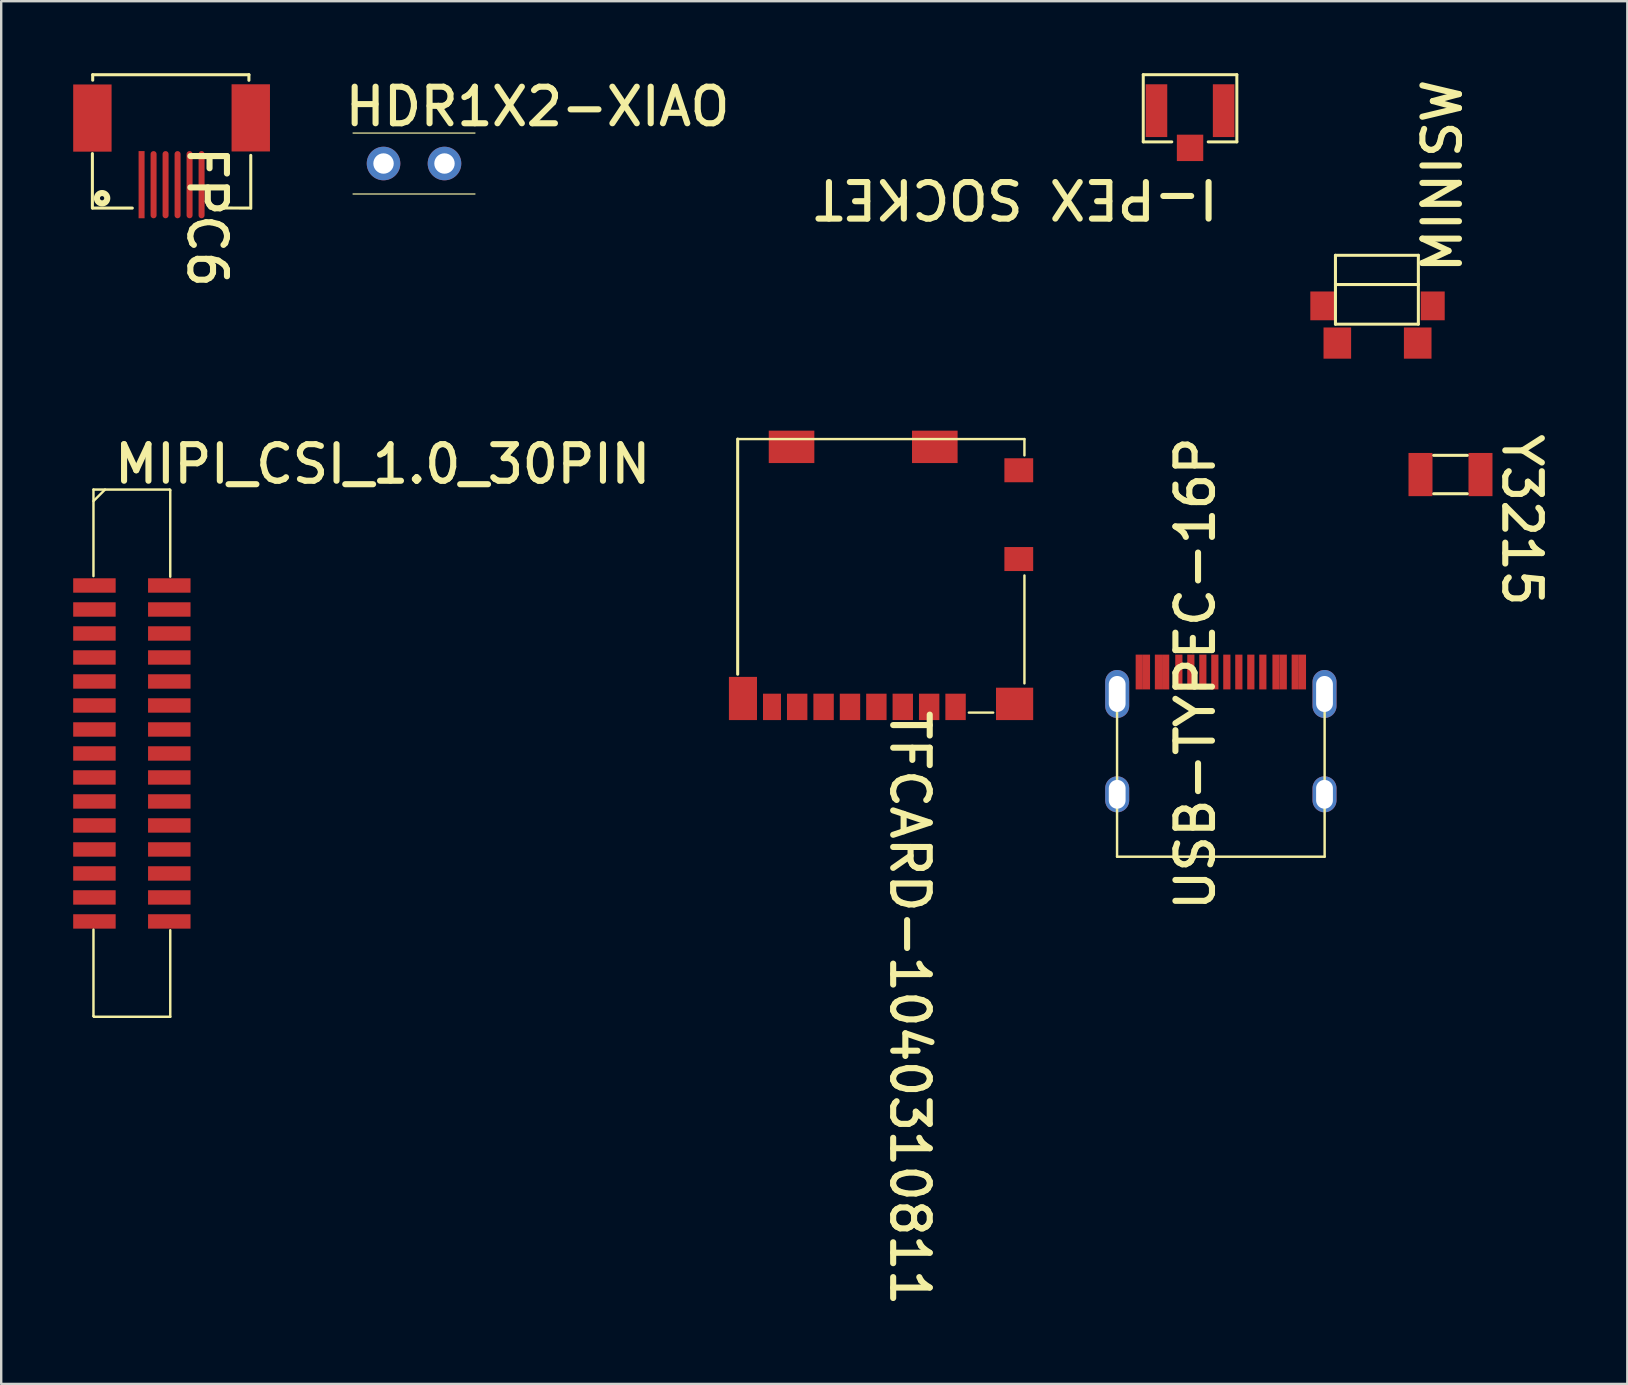
<source format=kicad_pcb>
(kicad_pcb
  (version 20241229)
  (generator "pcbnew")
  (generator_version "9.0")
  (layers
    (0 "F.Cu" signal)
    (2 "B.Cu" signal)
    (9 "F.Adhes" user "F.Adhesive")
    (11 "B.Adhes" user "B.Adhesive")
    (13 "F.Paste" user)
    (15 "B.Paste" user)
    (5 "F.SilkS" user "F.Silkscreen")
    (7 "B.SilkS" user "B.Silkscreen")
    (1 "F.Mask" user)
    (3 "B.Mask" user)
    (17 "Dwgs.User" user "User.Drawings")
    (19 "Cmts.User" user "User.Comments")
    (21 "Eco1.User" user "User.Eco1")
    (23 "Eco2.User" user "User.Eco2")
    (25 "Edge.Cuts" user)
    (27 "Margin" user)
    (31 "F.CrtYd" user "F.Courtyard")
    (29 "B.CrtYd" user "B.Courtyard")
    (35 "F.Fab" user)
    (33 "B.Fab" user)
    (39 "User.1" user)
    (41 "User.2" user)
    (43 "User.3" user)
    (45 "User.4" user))
  (footprint "Y3215"
    (layer "F.Cu")
    (at 57.396 16.726)
    (property "Reference" "Y3215" (at 2.083 -1.829 270) (unlocked yes) (layer "F.SilkS") (effects (font (size 1.524 1.524) (thickness 0.254)) (justify left bottom)))
    (fp_line (start -0.7 -0.8) (end 0.7 -0.8) (stroke (width 0.127) (type solid)) (layer "F.SilkS"))
    (fp_line (start -0.7 0.8) (end 0.7 0.8) (stroke (width 0.127) (type solid)) (layer "F.SilkS"))
    (pad "1" smd rect (at -1.25 0 180) (size 1 1.8) (layers "F.Cu" "F.Mask" "F.Paste"))
    (pad "2" smd rect (at 1.25 0) (size 1 1.8) (layers "F.Cu" "F.Mask" "F.Paste")))
  (footprint "HDR1X2-XIAO"
    (layer "F.Cu")
    (at 12.933 3.764)
    (property "Reference" "HDR1X2-XIAO" (at -1.733 -1.478 0) (unlocked yes) (layer "F.SilkS") (effects (font (size 1.524 1.524) (thickness 0.254)) (justify left bottom)))
    (fp_line (start -1.27 -1.27) (end 3.81 -1.27) (stroke (width 0.05) (type solid)) (layer "F.SilkS"))
    (fp_line (start -1.27 1.27) (end 3.81 1.27) (stroke (width 0.05) (type solid)) (layer "F.SilkS"))
    (pad "1" thru_hole circle (at 0 0) (size 1.4 1.4) (drill 0.85) (layers "*.Cu" "*.Mask"))
    (pad "2" thru_hole circle (at 2.54 0) (size 1.4 1.4) (drill 0.85) (layers "*.Cu" "*.Mask")))
  (footprint "I-PEX SOCKET"
    (layer "F.Cu")
    (at 46.543 1.562)
    (property "Reference" "I-PEX SOCKET" (at 1.302 2.774 180) (unlocked yes) (layer "F.SilkS") (effects (font (size 1.524 1.524) (thickness 0.254)) (justify left bottom)))
    (fp_line (start -1.95 -1.5) (end -1.95 1.3) (stroke (width 0.125) (type solid)) (layer "F.SilkS"))
    (fp_line (start -0.761 1.3) (end -1.95 1.3) (stroke (width 0.125) (type solid)) (layer "F.SilkS"))
    (fp_line (start 1.95 -1.5) (end -1.95 -1.5) (stroke (width 0.125) (type solid)) (layer "F.SilkS"))
    (fp_line (start 1.95 -1.5) (end 1.95 1.3) (stroke (width 0.125) (type solid)) (layer "F.SilkS"))
    (fp_line (start 1.95 1.3) (end 0.756 1.3) (stroke (width 0.125) (type solid)) (layer "F.SilkS"))
    (pad "1" smd rect (at 0 1.55 90) (size 1.1 1.1) (layers "F.Cu" "F.Mask" "F.Paste"))
    (pad "2" smd rect (at 1.4 0 90) (size 2.2 0.9) (layers "F.Cu" "F.Mask" "F.Paste"))
    (pad "3" smd rect (at -1.4 0 90) (size 2.2 0.9) (layers "F.Cu" "F.Mask" "F.Paste")))
  (footprint "TFCARD-1040310811"
    (layer "F.Cu")
    (at 33.666 26.647)
    (property "Reference" "TFCARD-1040310811" (at 0.305 -0.229 270) (unlocked yes) (layer "F.SilkS") (effects (font (size 1.524 1.524) (thickness 0.254)) (justify left bottom)))
    (fp_line (start -5.975 -11.4) (end -5.975 -1.6) (stroke (width 0.127) (type solid)) (layer "F.SilkS"))
    (fp_line (start 4.674 0) (end 3.658 0) (stroke (width 0.1) (type solid)) (layer "F.SilkS"))
    (fp_line (start 5.975 -11.4) (end -5.975 -11.4) (stroke (width 0.102) (type solid)) (layer "F.SilkS"))
    (fp_line (start 5.975 -11.4) (end 5.975 -10.719) (stroke (width 0.102) (type solid)) (layer "F.SilkS"))
    (fp_line (start 5.975 -5.715) (end 5.975 -1.219) (stroke (width 0.102) (type solid)) (layer "F.SilkS"))
    (pad "1" smd rect (at 3.105 -0.239 180) (size 0.85 1.1) (layers "F.Cu" "F.Mask" "F.Paste"))
    (pad "2" smd rect (at 2.005 -0.239 180) (size 0.85 1.1) (layers "F.Cu" "F.Mask" "F.Paste"))
    (pad "3" smd rect (at 0.905 -0.239 180) (size 0.85 1.1) (layers "F.Cu" "F.Mask" "F.Paste"))
    (pad "4" smd rect (at -0.195 -0.239 180) (size 0.85 1.1) (layers "F.Cu" "F.Mask" "F.Paste"))
    (pad "5" smd rect (at -1.295 -0.239 180) (size 0.85 1.1) (layers "F.Cu" "F.Mask" "F.Paste"))
    (pad "6" smd rect (at -2.395 -0.239 180) (size 0.85 1.1) (layers "F.Cu" "F.Mask" "F.Paste"))
    (pad "7" smd rect (at -3.495 -0.239 180) (size 0.85 1.1) (layers "F.Cu" "F.Mask" "F.Paste"))
    (pad "8" smd rect (at -4.545 -0.239 180) (size 0.75 1.1) (layers "F.Cu" "F.Mask" "F.Paste"))
    (pad "G1" smd rect (at 5.565 -0.364 180) (size 1.55 1.35) (layers "F.Cu" "F.Mask" "F.Paste"))
    (pad "G2" smd rect (at -5.755 -0.589 180) (size 1.17 1.8) (layers "F.Cu" "F.Mask" "F.Paste"))
    (pad "G3" smd rect (at -3.73 -11.075 180) (size 1.9 1.35) (layers "F.Cu" "F.Mask" "F.Paste"))
    (pad "G4" smd rect (at 2.24 -11.075 180) (size 1.9 1.35) (layers "F.Cu" "F.Mask" "F.Paste"))
    (pad "G5" smd rect (at 5.74 -10.1 180) (size 1.2 1) (layers "F.Cu" "F.Mask" "F.Paste"))
    (pad "G6" smd rect (at 5.74 -6.4 180) (size 1.2 1) (layers "F.Cu" "F.Mask" "F.Paste")))
  (footprint "USB-TYPEC-16P"
    (layer "F.Cu")
    (at 47.826 27.503)
    (property "Reference" "USB-TYPEC-16P" (at -0.17 7.518 90) (unlocked yes) (layer "F.SilkS") (effects (font (size 1.524 1.524) (thickness 0.254)) (justify left bottom)))
    (fp_line (start -4.325 5.148) (end -4.325 -1.627) (stroke (width 0.102) (type solid)) (layer "F.SilkS"))
    (fp_line (start 4.325 5.148) (end -4.325 5.148) (stroke (width 0.102) (type solid)) (layer "F.SilkS"))
    (fp_line (start 4.325 5.148) (end 4.325 -1.627) (stroke (width 0.102) (type solid)) (layer "F.SilkS"))
    (fp_circle (center -2.89 -1.103) (end -3.215 -1.103) (stroke (width 0.127) (type solid)) (fill no) (layer "User.1"))
    (fp_circle (center 2.89 -1.103) (end 2.565 -1.103) (stroke (width 0.127) (type solid)) (fill no) (layer "User.1"))
    (pad "0" thru_hole oval (at -4.32 -1.633 90) (size 2 1) (drill oval 1.5 0.7) (layers "*.Cu" "*.Mask"))
    (pad "0" thru_hole oval (at -4.32 2.548 90) (size 1.5 1) (drill oval 1.2 0.7) (layers "*.Cu" "*.Mask"))
    (pad "0" thru_hole oval (at 4.32 -1.633 90) (size 2 1) (drill oval 1.5 0.7) (layers "*.Cu" "*.Mask"))
    (pad "0" thru_hole oval (at 4.32 2.548 90) (size 1.5 1) (drill oval 1.2 0.7) (layers "*.Cu" "*.Mask"))
    (pad "A1" smd rect (at -3.4 -2.548) (size 0.3 1.45) (layers "F.Cu" "F.Mask" "F.Paste"))
    (pad "A4" smd rect (at -2.6 -2.548) (size 0.3 1.45) (layers "F.Cu" "F.Mask" "F.Paste"))
    (pad "A5" smd rect (at -1.25 -2.548) (size 0.3 1.45) (layers "F.Cu" "F.Mask" "F.Paste"))
    (pad "A6" smd rect (at -0.25 -2.548) (size 0.3 1.45) (layers "F.Cu" "F.Mask" "F.Paste"))
    (pad "A7" smd rect (at 0.25 -2.548) (size 0.3 1.45) (layers "F.Cu" "F.Mask" "F.Paste"))
    (pad "A8" smd rect (at 1.25 -2.548) (size 0.3 1.45) (layers "F.Cu" "F.Mask" "F.Paste"))
    (pad "A9" smd rect (at 2.6 -2.548 180) (size 0.3 1.45) (layers "F.Cu" "F.Mask" "F.Paste"))
    (pad "A12" smd rect (at 3.4 -2.548 180) (size 0.3 1.45) (layers "F.Cu" "F.Mask" "F.Paste"))
    (pad "B1" smd rect (at 3.1 -2.548 180) (size 0.3 1.45) (layers "F.Cu" "F.Mask" "F.Paste"))
    (pad "B4" smd rect (at 2.3 -2.548 180) (size 0.3 1.45) (layers "F.Cu" "F.Mask" "F.Paste"))
    (pad "B5" smd rect (at 1.75 -2.548) (size 0.3 1.45) (layers "F.Cu" "F.Mask" "F.Paste"))
    (pad "B6" smd rect (at 0.75 -2.548) (size 0.3 1.45) (layers "F.Cu" "F.Mask" "F.Paste"))
    (pad "B7" smd rect (at -0.75 -2.548) (size 0.3 1.45) (layers "F.Cu" "F.Mask" "F.Paste"))
    (pad "B8" smd rect (at -1.75 -2.548) (size 0.3 1.45) (layers "F.Cu" "F.Mask" "F.Paste"))
    (pad "B9" smd rect (at -2.3 -2.548) (size 0.3 1.45) (layers "F.Cu" "F.Mask" "F.Paste"))
    (pad "B12" smd rect (at -3.1 -2.548) (size 0.3 1.45) (layers "F.Cu" "F.Mask" "F.Paste")))
  (footprint "MINISW"
    (layer "F.Cu")
    (at 54.355 9.697)
    (property "Reference" "MINISW" (at 3.594 -1.257 90) (unlocked yes) (layer "F.SilkS") (effects (font (size 1.524 1.524) (thickness 0.254)) (justify left bottom)))
    (fp_line (start -1.753 -2.108) (end 1.702 -2.108) (stroke (width 0.127) (type solid)) (layer "F.SilkS"))
    (fp_line (start -1.753 -0.889) (end 1.702 -0.889) (stroke (width 0.127) (type solid)) (layer "F.SilkS"))
    (fp_line (start -1.753 0.762) (end -1.753 -2.108) (stroke (width 0.127) (type solid)) (layer "F.SilkS"))
    (fp_line (start -1.753 0.762) (end 1.702 0.762) (stroke (width 0.127) (type solid)) (layer "F.SilkS"))
    (fp_line (start 1.702 0.762) (end 1.702 -2.108) (stroke (width 0.127) (type solid)) (layer "F.SilkS"))
    (fp_circle (center -0.85 0) (end -1.2 0) (stroke (width 0.102) (type solid)) (fill no) (layer "User.1"))
    (fp_circle (center 0.85 0) (end 0.5 0) (stroke (width 0.102) (type solid)) (fill no) (layer "User.1"))
    (pad "0" smd rect (at -2.3 0 180) (size 1 1.2) (layers "F.Cu" "F.Mask" "F.Paste"))
    (pad "0" smd rect (at 2.3 0 180) (size 1 1.2) (layers "F.Cu" "F.Mask" "F.Paste"))
    (pad "1" smd rect (at -1.675 1.55 180) (size 1.15 1.3) (layers "F.Cu" "F.Mask" "F.Paste"))
    (pad "2" smd rect (at 1.675 1.55) (size 1.15 1.3) (layers "F.Cu" "F.Mask" "F.Paste")))
  (footprint "FPC6"
    (layer "F.Cu")
    (at 4.1 3.254)
    (property "Reference" "FPC6" (at 0.584 -0.33 270) (unlocked yes) (layer "F.SilkS") (effects (font (size 1.524 1.524) (thickness 0.254)) (justify left bottom)))
    (fp_line (start -3.3 0.096) (end -3.3 2.367) (stroke (width 0.127) (type solid)) (layer "F.SilkS"))
    (fp_line (start -3.287 -3.19) (end -3.287 -2.962) (stroke (width 0.127) (type solid)) (layer "F.SilkS"))
    (fp_line (start -3.287 -3.19) (end 3.223 -3.19) (stroke (width 0.127) (type solid)) (layer "F.SilkS"))
    (fp_line (start -3.287 2.367) (end -1.636 2.367) (stroke (width 0.127) (type solid)) (layer "F.SilkS"))
    (fp_line (start 1.6 2.362) (end 3.223 2.367) (stroke (width 0.127) (type solid)) (layer "F.SilkS"))
    (fp_line (start 3.223 -3.19) (end 3.223 -2.957) (stroke (width 0.127) (type solid)) (layer "F.SilkS"))
    (fp_line (start 3.3 0.17) (end 3.3 2.38) (stroke (width 0.127) (type solid)) (layer "F.SilkS"))
    (fp_circle (center -2.896 1.956) (end -2.896 1.74) (stroke (width 0.254) (type solid)) (fill no) (layer "F.SilkS"))
    (pad "0" smd rect (at -3.3 -1.384) (size 1.6 2.8) (layers "F.Cu" "F.Mask" "F.Paste"))
    (pad "0" smd rect (at 3.3 -1.392) (size 1.6 2.8) (layers "F.Cu" "F.Mask" "F.Paste"))
    (pad "1" smd rect (at -1.25 1.392 180) (size 0.25 2.8) (layers "F.Cu" "F.Mask" "F.Paste"))
    (pad "2" smd oval (at -0.75 1.392 180) (size 0.25 2.8) (layers "F.Cu" "F.Mask" "F.Paste"))
    (pad "3" smd oval (at -0.25 1.392 180) (size 0.25 2.8) (layers "F.Cu" "F.Mask" "F.Paste"))
    (pad "4" smd oval (at 0.25 1.392 180) (size 0.25 2.8) (layers "F.Cu" "F.Mask" "F.Paste"))
    (pad "5" smd oval (at 0.75 1.392 180) (size 0.25 2.8) (layers "F.Cu" "F.Mask" "F.Paste"))
    (pad "6" smd oval (at 1.25 1.392 180) (size 0.25 2.8) (layers "F.Cu" "F.Mask" "F.Paste")))
  (footprint "MIPI_CSI_1.0_30PIN"
    (layer "F.Cu")
    (at 2.445 28.349)
    (property "Reference" "MIPI_CSI_1.0_30PIN" (at -0.855 -11.166 0) (unlocked yes) (layer "F.SilkS") (effects (font (size 1.524 1.524) (thickness 0.254)) (justify left bottom)))
    (fp_line (start -1.6 -10.998) (end 1.575 -10.998) (stroke (width 0.102) (type solid)) (layer "F.SilkS"))
    (fp_line (start -1.6 -10.516) (end -1.118 -10.998) (stroke (width 0.1) (type solid)) (layer "F.SilkS"))
    (fp_line (start -1.6 -7.391) (end -1.6 -10.998) (stroke (width 0.102) (type solid)) (layer "F.SilkS"))
    (fp_line (start -1.6 10.947) (end -1.6 7.341) (stroke (width 0.102) (type solid)) (layer "F.SilkS"))
    (fp_line (start -1.6 10.947) (end -1.575 10.973) (stroke (width 0.102) (type solid)) (layer "F.SilkS"))
    (fp_line (start -1.575 10.973) (end 1.6 10.973) (stroke (width 0.102) (type solid)) (layer "F.SilkS"))
    (fp_line (start 1.575 -10.998) (end 1.6 -10.973) (stroke (width 0.102) (type solid)) (layer "F.SilkS"))
    (fp_line (start 1.6 -7.366) (end 1.6 -10.973) (stroke (width 0.102) (type solid)) (layer "F.SilkS"))
    (fp_line (start 1.6 10.973) (end 1.6 7.366) (stroke (width 0.102) (type solid)) (layer "F.SilkS"))
    (pad "1" smd rect (at -1.56 -7) (size 1.77 0.6) (layers "F.Cu" "F.Mask" "F.Paste"))
    (pad "1" smd rect (at 1.56 -7) (size 1.77 0.6) (layers "F.Cu" "F.Mask" "F.Paste"))
    (pad "2" smd rect (at -1.56 -6) (size 1.77 0.6) (layers "F.Cu" "F.Mask" "F.Paste"))
    (pad "2" smd rect (at 1.56 -6) (size 1.77 0.6) (layers "F.Cu" "F.Mask" "F.Paste"))
    (pad "3" smd rect (at -1.56 -5) (size 1.77 0.6) (layers "F.Cu" "F.Mask" "F.Paste"))
    (pad "3" smd rect (at 1.56 -5) (size 1.77 0.6) (layers "F.Cu" "F.Mask" "F.Paste"))
    (pad "4" smd rect (at -1.56 -4) (size 1.77 0.6) (layers "F.Cu" "F.Mask" "F.Paste"))
    (pad "4" smd rect (at 1.56 -4) (size 1.77 0.6) (layers "F.Cu" "F.Mask" "F.Paste"))
    (pad "5" smd rect (at -1.56 -3) (size 1.77 0.6) (layers "F.Cu" "F.Mask" "F.Paste"))
    (pad "5" smd rect (at 1.56 -3) (size 1.77 0.6) (layers "F.Cu" "F.Mask" "F.Paste"))
    (pad "6" smd rect (at -1.56 -2) (size 1.77 0.6) (layers "F.Cu" "F.Mask" "F.Paste"))
    (pad "6" smd rect (at 1.56 -2) (size 1.77 0.6) (layers "F.Cu" "F.Mask" "F.Paste"))
    (pad "7" smd rect (at -1.56 -1) (size 1.77 0.6) (layers "F.Cu" "F.Mask" "F.Paste"))
    (pad "7" smd rect (at 1.56 -1) (size 1.77 0.6) (layers "F.Cu" "F.Mask" "F.Paste"))
    (pad "8" smd rect (at -1.56 0) (size 1.77 0.6) (layers "F.Cu" "F.Mask" "F.Paste"))
    (pad "8" smd rect (at 1.56 0) (size 1.77 0.6) (layers "F.Cu" "F.Mask" "F.Paste"))
    (pad "9" smd rect (at -1.56 1) (size 1.77 0.6) (layers "F.Cu" "F.Mask" "F.Paste"))
    (pad "9" smd rect (at 1.56 1) (size 1.77 0.6) (layers "F.Cu" "F.Mask" "F.Paste"))
    (pad "10" smd rect (at -1.56 2) (size 1.77 0.6) (layers "F.Cu" "F.Mask" "F.Paste"))
    (pad "10" smd rect (at 1.56 2) (size 1.77 0.6) (layers "F.Cu" "F.Mask" "F.Paste"))
    (pad "11" smd rect (at -1.56 3) (size 1.77 0.6) (layers "F.Cu" "F.Mask" "F.Paste"))
    (pad "11" smd rect (at 1.56 3) (size 1.77 0.6) (layers "F.Cu" "F.Mask" "F.Paste"))
    (pad "12" smd rect (at -1.56 4) (size 1.77 0.6) (layers "F.Cu" "F.Mask" "F.Paste"))
    (pad "12" smd rect (at 1.56 4) (size 1.77 0.6) (layers "F.Cu" "F.Mask" "F.Paste"))
    (pad "13" smd rect (at -1.56 5) (size 1.77 0.6) (layers "F.Cu" "F.Mask" "F.Paste"))
    (pad "13" smd rect (at 1.56 5) (size 1.77 0.6) (layers "F.Cu" "F.Mask" "F.Paste"))
    (pad "14" smd rect (at -1.56 6) (size 1.77 0.6) (layers "F.Cu" "F.Mask" "F.Paste"))
    (pad "14" smd rect (at 1.56 6) (size 1.77 0.6) (layers "F.Cu" "F.Mask" "F.Paste"))
    (pad "15" smd rect (at -1.56 7) (size 1.77 0.6) (layers "F.Cu" "F.Mask" "F.Paste"))
    (pad "15" smd rect (at 1.56 7) (size 1.77 0.6) (layers "F.Cu" "F.Mask" "F.Paste")))
  (gr_rect
    (start -3 -3)
    (end 64.765 54.623)
    (stroke (width 0.1) (type default))
    (fill no)
    (layer "Edge.Cuts")))
</source>
